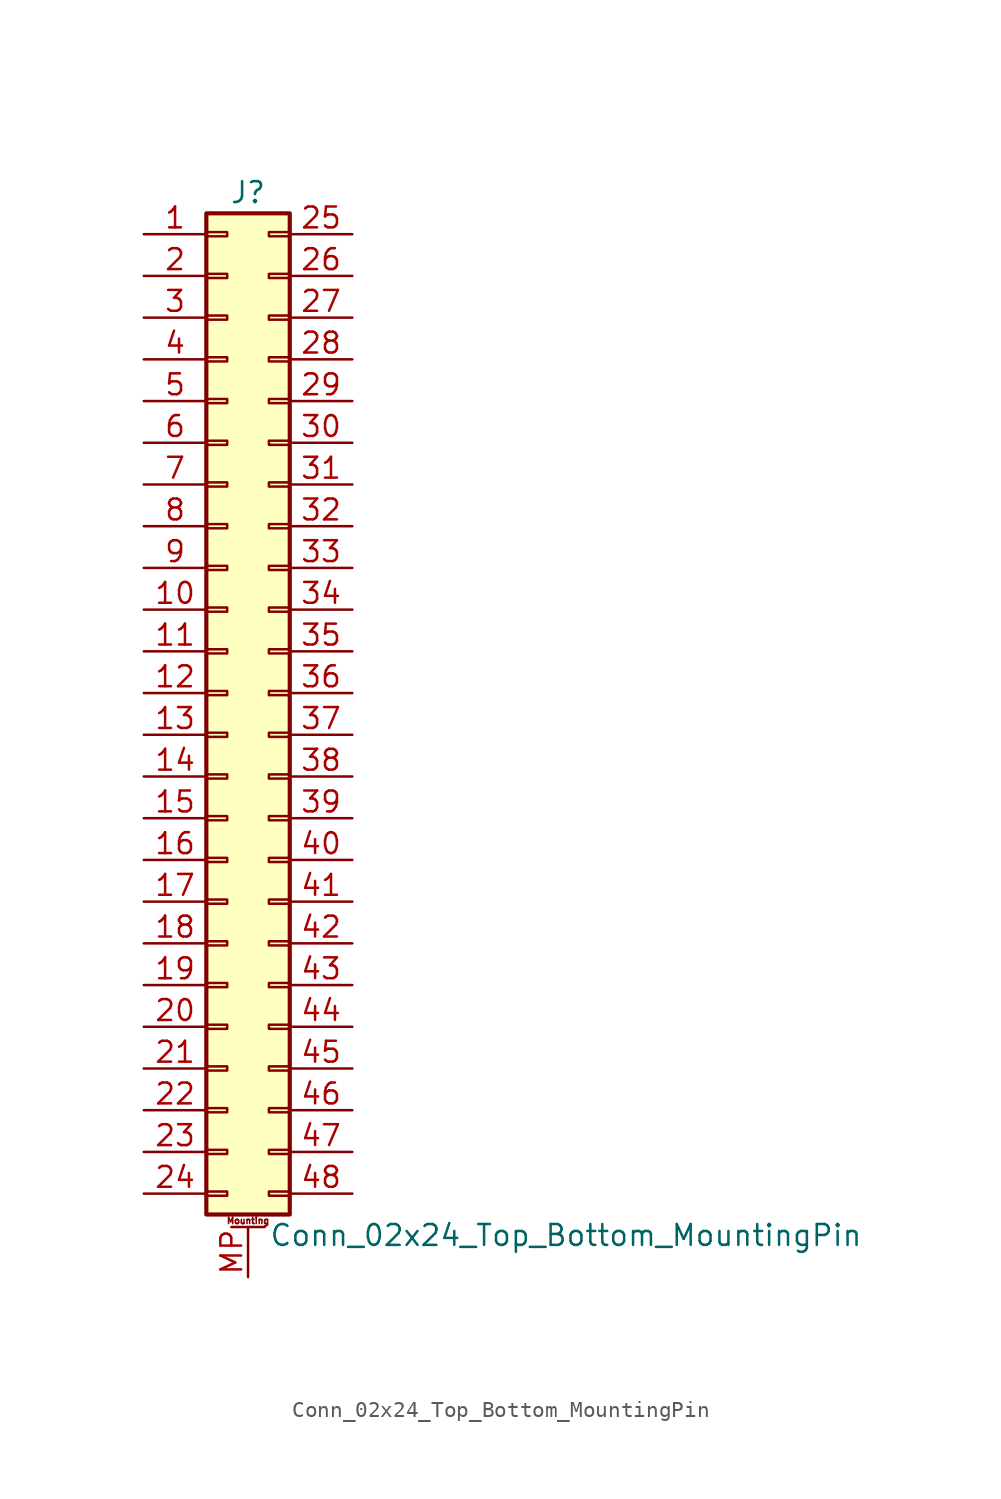
<source format=kicad_sym>
(kicad_symbol_lib
  (version 20211014)
  (generator kicad_symbol_editor)
  (symbol "Conn_02x24_Top_Bottom_MountingPin"
    (pin_names
      (offset 1.016) hide)
    (property "Reference" "J"
      (at 1.27 30.48 0)
      (effects (font (size 1.27 1.27))))
    (property "Value" "Conn_02x24_Top_Bottom_MountingPin"
      (at 2.54 -33.02 0)
      (effects (font (size 1.27 1.27)) (justify left)))
    (symbol "Conn_02x24_Top_Bottom_MountingPin_1_1"
      (rectangle (start -1.27 -30.353) (end 0 -30.607) (stroke (width 0.152) (type default) (color 0 0 0 0)) (fill (type none)))
      (rectangle (start -1.27 -27.813) (end 0 -28.067) (stroke (width 0.152) (type default) (color 0 0 0 0)) (fill (type none)))
      (rectangle (start -1.27 -25.273) (end 0 -25.527) (stroke (width 0.152) (type default) (color 0 0 0 0)) (fill (type none)))
      (rectangle (start -1.27 -22.733) (end 0 -22.987) (stroke (width 0.152) (type default) (color 0 0 0 0)) (fill (type none)))
      (rectangle (start -1.27 -20.193) (end 0 -20.447) (stroke (width 0.152) (type default) (color 0 0 0 0)) (fill (type none)))
      (rectangle (start -1.27 -17.653) (end 0 -17.907) (stroke (width 0.152) (type default) (color 0 0 0 0)) (fill (type none)))
      (rectangle (start -1.27 -15.113) (end 0 -15.367) (stroke (width 0.152) (type default) (color 0 0 0 0)) (fill (type none)))
      (rectangle (start -1.27 -12.573) (end 0 -12.827) (stroke (width 0.152) (type default) (color 0 0 0 0)) (fill (type none)))
      (rectangle (start -1.27 -10.033) (end 0 -10.287) (stroke (width 0.152) (type default) (color 0 0 0 0)) (fill (type none)))
      (rectangle (start -1.27 -7.493) (end 0 -7.747) (stroke (width 0.152) (type default) (color 0 0 0 0)) (fill (type none)))
      (rectangle (start -1.27 -4.953) (end 0 -5.207) (stroke (width 0.152) (type default) (color 0 0 0 0)) (fill (type none)))
      (rectangle (start -1.27 -2.413) (end 0 -2.667) (stroke (width 0.152) (type default) (color 0 0 0 0)) (fill (type none)))
      (rectangle (start -1.27 0.127) (end 0 -0.127) (stroke (width 0.152) (type default) (color 0 0 0 0)) (fill (type none)))
      (rectangle (start -1.27 2.667) (end 0 2.413) (stroke (width 0.152) (type default) (color 0 0 0 0)) (fill (type none)))
      (rectangle (start -1.27 5.207) (end 0 4.953) (stroke (width 0.152) (type default) (color 0 0 0 0)) (fill (type none)))
      (rectangle (start -1.27 7.747) (end 0 7.493) (stroke (width 0.152) (type default) (color 0 0 0 0)) (fill (type none)))
      (rectangle (start -1.27 10.287) (end 0 10.033) (stroke (width 0.152) (type default) (color 0 0 0 0)) (fill (type none)))
      (rectangle (start -1.27 12.827) (end 0 12.573) (stroke (width 0.152) (type default) (color 0 0 0 0)) (fill (type none)))
      (rectangle (start -1.27 15.367) (end 0 15.113) (stroke (width 0.152) (type default) (color 0 0 0 0)) (fill (type none)))
      (rectangle (start -1.27 17.907) (end 0 17.653) (stroke (width 0.152) (type default) (color 0 0 0 0)) (fill (type none)))
      (rectangle (start -1.27 20.447) (end 0 20.193) (stroke (width 0.152) (type default) (color 0 0 0 0)) (fill (type none)))
      (rectangle (start -1.27 22.987) (end 0 22.733) (stroke (width 0.152) (type default) (color 0 0 0 0)) (fill (type none)))
      (rectangle (start -1.27 25.527) (end 0 25.273) (stroke (width 0.152) (type default) (color 0 0 0 0)) (fill (type none)))
      (rectangle (start -1.27 28.067) (end 0 27.813) (stroke (width 0.152) (type default) (color 0 0 0 0)) (fill (type none)))
      (rectangle (start -1.27 29.21) (end 3.81 -31.75) (stroke (width 0.254) (type default) (color 0 0 0 0)) (fill (type background)))
      (polyline (pts (xy 0.254 -32.512) (xy 2.286 -32.512)) (stroke (width 0.152) (type default) (color 0 0 0 0)) (fill (type none)))
      (rectangle (start 3.81 -30.353) (end 2.54 -30.607) (stroke (width 0.152) (type default) (color 0 0 0 0)) (fill (type none)))
      (rectangle (start 3.81 -27.813) (end 2.54 -28.067) (stroke (width 0.152) (type default) (color 0 0 0 0)) (fill (type none)))
      (rectangle (start 3.81 -25.273) (end 2.54 -25.527) (stroke (width 0.152) (type default) (color 0 0 0 0)) (fill (type none)))
      (rectangle (start 3.81 -22.733) (end 2.54 -22.987) (stroke (width 0.152) (type default) (color 0 0 0 0)) (fill (type none)))
      (rectangle (start 3.81 -20.193) (end 2.54 -20.447) (stroke (width 0.152) (type default) (color 0 0 0 0)) (fill (type none)))
      (rectangle (start 3.81 -17.653) (end 2.54 -17.907) (stroke (width 0.152) (type default) (color 0 0 0 0)) (fill (type none)))
      (rectangle (start 3.81 -15.113) (end 2.54 -15.367) (stroke (width 0.152) (type default) (color 0 0 0 0)) (fill (type none)))
      (rectangle (start 3.81 -12.573) (end 2.54 -12.827) (stroke (width 0.152) (type default) (color 0 0 0 0)) (fill (type none)))
      (rectangle (start 3.81 -10.033) (end 2.54 -10.287) (stroke (width 0.152) (type default) (color 0 0 0 0)) (fill (type none)))
      (rectangle (start 3.81 -7.493) (end 2.54 -7.747) (stroke (width 0.152) (type default) (color 0 0 0 0)) (fill (type none)))
      (rectangle (start 3.81 -4.953) (end 2.54 -5.207) (stroke (width 0.152) (type default) (color 0 0 0 0)) (fill (type none)))
      (rectangle (start 3.81 -2.413) (end 2.54 -2.667) (stroke (width 0.152) (type default) (color 0 0 0 0)) (fill (type none)))
      (rectangle (start 3.81 0.127) (end 2.54 -0.127) (stroke (width 0.152) (type default) (color 0 0 0 0)) (fill (type none)))
      (rectangle (start 3.81 2.667) (end 2.54 2.413) (stroke (width 0.152) (type default) (color 0 0 0 0)) (fill (type none)))
      (rectangle (start 3.81 5.207) (end 2.54 4.953) (stroke (width 0.152) (type default) (color 0 0 0 0)) (fill (type none)))
      (rectangle (start 3.81 7.747) (end 2.54 7.493) (stroke (width 0.152) (type default) (color 0 0 0 0)) (fill (type none)))
      (rectangle (start 3.81 10.287) (end 2.54 10.033) (stroke (width 0.152) (type default) (color 0 0 0 0)) (fill (type none)))
      (rectangle (start 3.81 12.827) (end 2.54 12.573) (stroke (width 0.152) (type default) (color 0 0 0 0)) (fill (type none)))
      (rectangle (start 3.81 15.367) (end 2.54 15.113) (stroke (width 0.152) (type default) (color 0 0 0 0)) (fill (type none)))
      (rectangle (start 3.81 17.907) (end 2.54 17.653) (stroke (width 0.152) (type default) (color 0 0 0 0)) (fill (type none)))
      (rectangle (start 3.81 20.447) (end 2.54 20.193) (stroke (width 0.152) (type default) (color 0 0 0 0)) (fill (type none)))
      (rectangle (start 3.81 22.987) (end 2.54 22.733) (stroke (width 0.152) (type default) (color 0 0 0 0)) (fill (type none)))
      (rectangle (start 3.81 25.527) (end 2.54 25.273) (stroke (width 0.152) (type default) (color 0 0 0 0)) (fill (type none)))
      (rectangle (start 3.81 28.067) (end 2.54 27.813) (stroke (width 0.152) (type default) (color 0 0 0 0)) (fill (type none)))
      (text "Mounting" (at 1.27 -32.131 0) (effects (font (size 0.381 0.381))))
      (pin passive line (at -5.08 27.94 0) (length 3.81) (name "Pin_1" (effects (font (size 1.27 1.27)))) (number "1" (effects (font (size 1.27 1.27)))))
      (pin passive line (at -5.08 5.08 0) (length 3.81) (name "Pin_10" (effects (font (size 1.27 1.27)))) (number "10" (effects (font (size 1.27 1.27)))))
      (pin passive line (at -5.08 2.54 0) (length 3.81) (name "Pin_11" (effects (font (size 1.27 1.27)))) (number "11" (effects (font (size 1.27 1.27)))))
      (pin passive line (at -5.08 0 0) (length 3.81) (name "Pin_12" (effects (font (size 1.27 1.27)))) (number "12" (effects (font (size 1.27 1.27)))))
      (pin passive line (at -5.08 -2.54 0) (length 3.81) (name "Pin_13" (effects (font (size 1.27 1.27)))) (number "13" (effects (font (size 1.27 1.27)))))
      (pin passive line (at -5.08 -5.08 0) (length 3.81) (name "Pin_14" (effects (font (size 1.27 1.27)))) (number "14" (effects (font (size 1.27 1.27)))))
      (pin passive line (at -5.08 -7.62 0) (length 3.81) (name "Pin_15" (effects (font (size 1.27 1.27)))) (number "15" (effects (font (size 1.27 1.27)))))
      (pin passive line (at -5.08 -10.16 0) (length 3.81) (name "Pin_16" (effects (font (size 1.27 1.27)))) (number "16" (effects (font (size 1.27 1.27)))))
      (pin passive line (at -5.08 -12.7 0) (length 3.81) (name "Pin_17" (effects (font (size 1.27 1.27)))) (number "17" (effects (font (size 1.27 1.27)))))
      (pin passive line (at -5.08 -15.24 0) (length 3.81) (name "Pin_18" (effects (font (size 1.27 1.27)))) (number "18" (effects (font (size 1.27 1.27)))))
      (pin passive line (at -5.08 -17.78 0) (length 3.81) (name "Pin_19" (effects (font (size 1.27 1.27)))) (number "19" (effects (font (size 1.27 1.27)))))
      (pin passive line (at -5.08 25.4 0) (length 3.81) (name "Pin_2" (effects (font (size 1.27 1.27)))) (number "2" (effects (font (size 1.27 1.27)))))
      (pin passive line (at -5.08 -20.32 0) (length 3.81) (name "Pin_20" (effects (font (size 1.27 1.27)))) (number "20" (effects (font (size 1.27 1.27)))))
      (pin passive line (at -5.08 -22.86 0) (length 3.81) (name "Pin_21" (effects (font (size 1.27 1.27)))) (number "21" (effects (font (size 1.27 1.27)))))
      (pin passive line (at -5.08 -25.4 0) (length 3.81) (name "Pin_22" (effects (font (size 1.27 1.27)))) (number "22" (effects (font (size 1.27 1.27)))))
      (pin passive line (at -5.08 -27.94 0) (length 3.81) (name "Pin_23" (effects (font (size 1.27 1.27)))) (number "23" (effects (font (size 1.27 1.27)))))
      (pin passive line (at -5.08 -30.48 0) (length 3.81) (name "Pin_24" (effects (font (size 1.27 1.27)))) (number "24" (effects (font (size 1.27 1.27)))))
      (pin passive line (at 7.62 27.94 180) (length 3.81) (name "Pin_25" (effects (font (size 1.27 1.27)))) (number "25" (effects (font (size 1.27 1.27)))))
      (pin passive line (at 7.62 25.4 180) (length 3.81) (name "Pin_26" (effects (font (size 1.27 1.27)))) (number "26" (effects (font (size 1.27 1.27)))))
      (pin passive line (at 7.62 22.86 180) (length 3.81) (name "Pin_27" (effects (font (size 1.27 1.27)))) (number "27" (effects (font (size 1.27 1.27)))))
      (pin passive line (at 7.62 20.32 180) (length 3.81) (name "Pin_28" (effects (font (size 1.27 1.27)))) (number "28" (effects (font (size 1.27 1.27)))))
      (pin passive line (at 7.62 17.78 180) (length 3.81) (name "Pin_29" (effects (font (size 1.27 1.27)))) (number "29" (effects (font (size 1.27 1.27)))))
      (pin passive line (at -5.08 22.86 0) (length 3.81) (name "Pin_3" (effects (font (size 1.27 1.27)))) (number "3" (effects (font (size 1.27 1.27)))))
      (pin passive line (at 7.62 15.24 180) (length 3.81) (name "Pin_30" (effects (font (size 1.27 1.27)))) (number "30" (effects (font (size 1.27 1.27)))))
      (pin passive line (at 7.62 12.7 180) (length 3.81) (name "Pin_31" (effects (font (size 1.27 1.27)))) (number "31" (effects (font (size 1.27 1.27)))))
      (pin passive line (at 7.62 10.16 180) (length 3.81) (name "Pin_32" (effects (font (size 1.27 1.27)))) (number "32" (effects (font (size 1.27 1.27)))))
      (pin passive line (at 7.62 7.62 180) (length 3.81) (name "Pin_33" (effects (font (size 1.27 1.27)))) (number "33" (effects (font (size 1.27 1.27)))))
      (pin passive line (at 7.62 5.08 180) (length 3.81) (name "Pin_34" (effects (font (size 1.27 1.27)))) (number "34" (effects (font (size 1.27 1.27)))))
      (pin passive line (at 7.62 2.54 180) (length 3.81) (name "Pin_35" (effects (font (size 1.27 1.27)))) (number "35" (effects (font (size 1.27 1.27)))))
      (pin passive line (at 7.62 0 180) (length 3.81) (name "Pin_36" (effects (font (size 1.27 1.27)))) (number "36" (effects (font (size 1.27 1.27)))))
      (pin passive line (at 7.62 -2.54 180) (length 3.81) (name "Pin_37" (effects (font (size 1.27 1.27)))) (number "37" (effects (font (size 1.27 1.27)))))
      (pin passive line (at 7.62 -5.08 180) (length 3.81) (name "Pin_38" (effects (font (size 1.27 1.27)))) (number "38" (effects (font (size 1.27 1.27)))))
      (pin passive line (at 7.62 -7.62 180) (length 3.81) (name "Pin_39" (effects (font (size 1.27 1.27)))) (number "39" (effects (font (size 1.27 1.27)))))
      (pin passive line (at -5.08 20.32 0) (length 3.81) (name "Pin_4" (effects (font (size 1.27 1.27)))) (number "4" (effects (font (size 1.27 1.27)))))
      (pin passive line (at 7.62 -10.16 180) (length 3.81) (name "Pin_40" (effects (font (size 1.27 1.27)))) (number "40" (effects (font (size 1.27 1.27)))))
      (pin passive line (at 7.62 -12.7 180) (length 3.81) (name "Pin_41" (effects (font (size 1.27 1.27)))) (number "41" (effects (font (size 1.27 1.27)))))
      (pin passive line (at 7.62 -15.24 180) (length 3.81) (name "Pin_42" (effects (font (size 1.27 1.27)))) (number "42" (effects (font (size 1.27 1.27)))))
      (pin passive line (at 7.62 -17.78 180) (length 3.81) (name "Pin_43" (effects (font (size 1.27 1.27)))) (number "43" (effects (font (size 1.27 1.27)))))
      (pin passive line (at 7.62 -20.32 180) (length 3.81) (name "Pin_44" (effects (font (size 1.27 1.27)))) (number "44" (effects (font (size 1.27 1.27)))))
      (pin passive line (at 7.62 -22.86 180) (length 3.81) (name "Pin_45" (effects (font (size 1.27 1.27)))) (number "45" (effects (font (size 1.27 1.27)))))
      (pin passive line (at 7.62 -25.4 180) (length 3.81) (name "Pin_46" (effects (font (size 1.27 1.27)))) (number "46" (effects (font (size 1.27 1.27)))))
      (pin passive line (at 7.62 -27.94 180) (length 3.81) (name "Pin_47" (effects (font (size 1.27 1.27)))) (number "47" (effects (font (size 1.27 1.27)))))
      (pin passive line (at 7.62 -30.48 180) (length 3.81) (name "Pin_48" (effects (font (size 1.27 1.27)))) (number "48" (effects (font (size 1.27 1.27)))))
      (pin passive line (at -5.08 17.78 0) (length 3.81) (name "Pin_5" (effects (font (size 1.27 1.27)))) (number "5" (effects (font (size 1.27 1.27)))))
      (pin passive line (at -5.08 15.24 0) (length 3.81) (name "Pin_6" (effects (font (size 1.27 1.27)))) (number "6" (effects (font (size 1.27 1.27)))))
      (pin passive line (at -5.08 12.7 0) (length 3.81) (name "Pin_7" (effects (font (size 1.27 1.27)))) (number "7" (effects (font (size 1.27 1.27)))))
      (pin passive line (at -5.08 10.16 0) (length 3.81) (name "Pin_8" (effects (font (size 1.27 1.27)))) (number "8" (effects (font (size 1.27 1.27)))))
      (pin passive line (at -5.08 7.62 0) (length 3.81) (name "Pin_9" (effects (font (size 1.27 1.27)))) (number "9" (effects (font (size 1.27 1.27)))))
      (pin passive line (at 1.27 -35.56 90) (length 3.048) (name "MountPin" (effects (font (size 1.27 1.27)))) (number "MP" (effects (font (size 1.27 1.27))))))))
</source>
